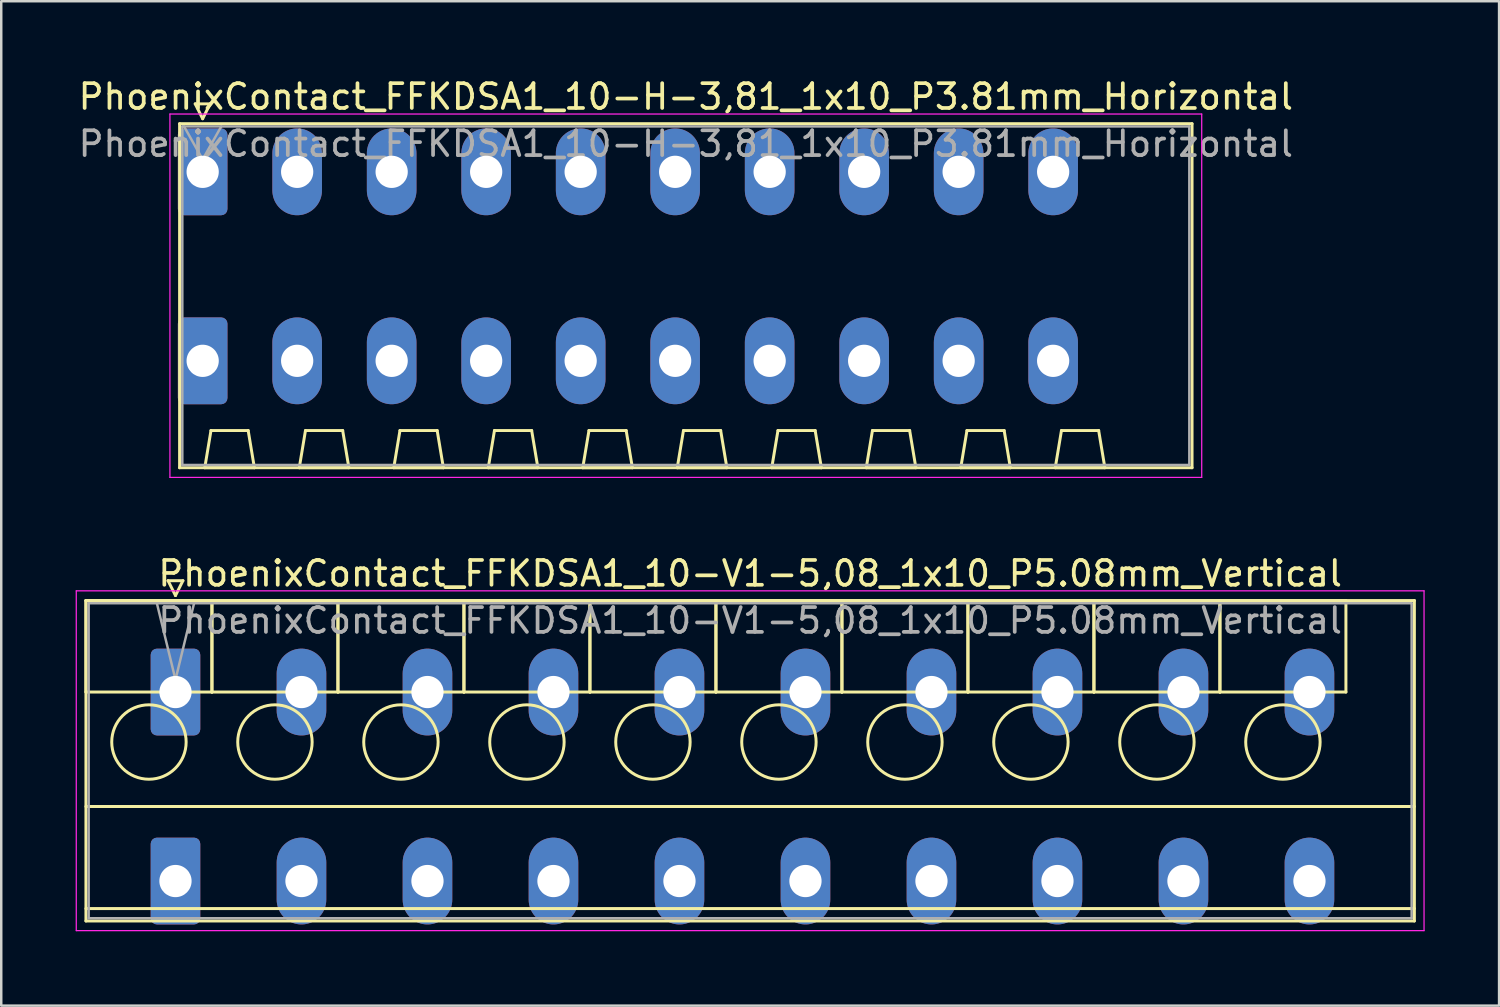
<source format=kicad_pcb>
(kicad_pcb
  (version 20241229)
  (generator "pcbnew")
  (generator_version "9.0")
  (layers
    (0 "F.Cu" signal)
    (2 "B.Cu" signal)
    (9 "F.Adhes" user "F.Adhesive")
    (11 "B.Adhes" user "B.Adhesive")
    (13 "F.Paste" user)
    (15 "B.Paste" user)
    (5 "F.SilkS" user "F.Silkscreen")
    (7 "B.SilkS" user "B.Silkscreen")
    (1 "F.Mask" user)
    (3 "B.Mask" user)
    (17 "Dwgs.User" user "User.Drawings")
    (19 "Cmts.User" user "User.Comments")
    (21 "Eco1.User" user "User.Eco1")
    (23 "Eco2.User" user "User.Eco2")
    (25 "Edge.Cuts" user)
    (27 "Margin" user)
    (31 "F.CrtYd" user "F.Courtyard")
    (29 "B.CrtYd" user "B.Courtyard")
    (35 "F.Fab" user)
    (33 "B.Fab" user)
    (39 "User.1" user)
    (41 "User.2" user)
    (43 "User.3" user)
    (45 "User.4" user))
  (footprint "PhoenixContact_FFKDSA1_10-H-3,81_1x10_P3.81mm_Horizontal"
    (layer "F.Cu")
    (at 5.121 3.878)
    (property "Reference" "PhoenixContact_FFKDSA1_10-H-3,81_1x10_P3.81mm_Horizontal" (at 19.48 -3.03 0) (layer "F.SilkS") (effects (font (size 1 1) (thickness 0.15))))
    (attr through_hole)
    (fp_line (start -0.93 -1.94) (end -0.93 11.93) (stroke (width 0.12) (type solid)) (layer "F.SilkS"))
    (fp_line (start -0.93 11.93) (end 39.89 11.93) (stroke (width 0.12) (type solid)) (layer "F.SilkS"))
    (fp_line (start -0.3 -2.74) (end 0.3 -2.74) (stroke (width 0.12) (type solid)) (layer "F.SilkS"))
    (fp_line (start 0 -2.14) (end -0.3 -2.74) (stroke (width 0.12) (type solid)) (layer "F.SilkS"))
    (fp_line (start 0.085 11.93) (end 2.085 11.93) (stroke (width 0.12) (type solid)) (layer "F.SilkS"))
    (fp_line (start 0.3 -2.74) (end 0 -2.14) (stroke (width 0.12) (type solid)) (layer "F.SilkS"))
    (fp_line (start 0.335 10.43) (end 0.085 11.93) (stroke (width 0.12) (type solid)) (layer "F.SilkS"))
    (fp_line (start 1.835 10.43) (end 0.335 10.43) (stroke (width 0.12) (type solid)) (layer "F.SilkS"))
    (fp_line (start 2.085 11.93) (end 1.835 10.43) (stroke (width 0.12) (type solid)) (layer "F.SilkS"))
    (fp_line (start 3.895 11.93) (end 5.895 11.93) (stroke (width 0.12) (type solid)) (layer "F.SilkS"))
    (fp_line (start 4.145 10.43) (end 3.895 11.93) (stroke (width 0.12) (type solid)) (layer "F.SilkS"))
    (fp_line (start 5.645 10.43) (end 4.145 10.43) (stroke (width 0.12) (type solid)) (layer "F.SilkS"))
    (fp_line (start 5.895 11.93) (end 5.645 10.43) (stroke (width 0.12) (type solid)) (layer "F.SilkS"))
    (fp_line (start 7.705 11.93) (end 9.705 11.93) (stroke (width 0.12) (type solid)) (layer "F.SilkS"))
    (fp_line (start 7.955 10.43) (end 7.705 11.93) (stroke (width 0.12) (type solid)) (layer "F.SilkS"))
    (fp_line (start 9.455 10.43) (end 7.955 10.43) (stroke (width 0.12) (type solid)) (layer "F.SilkS"))
    (fp_line (start 9.705 11.93) (end 9.455 10.43) (stroke (width 0.12) (type solid)) (layer "F.SilkS"))
    (fp_line (start 11.515 11.93) (end 13.515 11.93) (stroke (width 0.12) (type solid)) (layer "F.SilkS"))
    (fp_line (start 11.765 10.43) (end 11.515 11.93) (stroke (width 0.12) (type solid)) (layer "F.SilkS"))
    (fp_line (start 13.265 10.43) (end 11.765 10.43) (stroke (width 0.12) (type solid)) (layer "F.SilkS"))
    (fp_line (start 13.515 11.93) (end 13.265 10.43) (stroke (width 0.12) (type solid)) (layer "F.SilkS"))
    (fp_line (start 15.325 11.93) (end 17.325 11.93) (stroke (width 0.12) (type solid)) (layer "F.SilkS"))
    (fp_line (start 15.575 10.43) (end 15.325 11.93) (stroke (width 0.12) (type solid)) (layer "F.SilkS"))
    (fp_line (start 17.075 10.43) (end 15.575 10.43) (stroke (width 0.12) (type solid)) (layer "F.SilkS"))
    (fp_line (start 17.325 11.93) (end 17.075 10.43) (stroke (width 0.12) (type solid)) (layer "F.SilkS"))
    (fp_line (start 19.135 11.93) (end 21.135 11.93) (stroke (width 0.12) (type solid)) (layer "F.SilkS"))
    (fp_line (start 19.385 10.43) (end 19.135 11.93) (stroke (width 0.12) (type solid)) (layer "F.SilkS"))
    (fp_line (start 20.885 10.43) (end 19.385 10.43) (stroke (width 0.12) (type solid)) (layer "F.SilkS"))
    (fp_line (start 21.135 11.93) (end 20.885 10.43) (stroke (width 0.12) (type solid)) (layer "F.SilkS"))
    (fp_line (start 22.945 11.93) (end 24.945 11.93) (stroke (width 0.12) (type solid)) (layer "F.SilkS"))
    (fp_line (start 23.195 10.43) (end 22.945 11.93) (stroke (width 0.12) (type solid)) (layer "F.SilkS"))
    (fp_line (start 24.695 10.43) (end 23.195 10.43) (stroke (width 0.12) (type solid)) (layer "F.SilkS"))
    (fp_line (start 24.945 11.93) (end 24.695 10.43) (stroke (width 0.12) (type solid)) (layer "F.SilkS"))
    (fp_line (start 26.755 11.93) (end 28.755 11.93) (stroke (width 0.12) (type solid)) (layer "F.SilkS"))
    (fp_line (start 27.005 10.43) (end 26.755 11.93) (stroke (width 0.12) (type solid)) (layer "F.SilkS"))
    (fp_line (start 28.505 10.43) (end 27.005 10.43) (stroke (width 0.12) (type solid)) (layer "F.SilkS"))
    (fp_line (start 28.755 11.93) (end 28.505 10.43) (stroke (width 0.12) (type solid)) (layer "F.SilkS"))
    (fp_line (start 30.565 11.93) (end 32.565 11.93) (stroke (width 0.12) (type solid)) (layer "F.SilkS"))
    (fp_line (start 30.815 10.43) (end 30.565 11.93) (stroke (width 0.12) (type solid)) (layer "F.SilkS"))
    (fp_line (start 32.315 10.43) (end 30.815 10.43) (stroke (width 0.12) (type solid)) (layer "F.SilkS"))
    (fp_line (start 32.565 11.93) (end 32.315 10.43) (stroke (width 0.12) (type solid)) (layer "F.SilkS"))
    (fp_line (start 34.375 11.93) (end 36.375 11.93) (stroke (width 0.12) (type solid)) (layer "F.SilkS"))
    (fp_line (start 34.625 10.43) (end 34.375 11.93) (stroke (width 0.12) (type solid)) (layer "F.SilkS"))
    (fp_line (start 36.125 10.43) (end 34.625 10.43) (stroke (width 0.12) (type solid)) (layer "F.SilkS"))
    (fp_line (start 36.375 11.93) (end 36.125 10.43) (stroke (width 0.12) (type solid)) (layer "F.SilkS"))
    (fp_line (start 39.89 -1.94) (end -0.93 -1.94) (stroke (width 0.12) (type solid)) (layer "F.SilkS"))
    (fp_line (start 39.89 11.93) (end 39.89 -1.94) (stroke (width 0.12) (type solid)) (layer "F.SilkS"))
    (fp_line (start -1.32 -2.33) (end -1.32 12.32) (stroke (width 0.05) (type solid)) (layer "F.CrtYd"))
    (fp_line (start -1.32 12.32) (end 40.28 12.32) (stroke (width 0.05) (type solid)) (layer "F.CrtYd"))
    (fp_line (start 40.28 -2.33) (end -1.32 -2.33) (stroke (width 0.05) (type solid)) (layer "F.CrtYd"))
    (fp_line (start 40.28 12.32) (end 40.28 -2.33) (stroke (width 0.05) (type solid)) (layer "F.CrtYd"))
    (fp_line (start -0.82 -1.83) (end -0.82 11.82) (stroke (width 0.1) (type solid)) (layer "F.Fab"))
    (fp_line (start -0.82 11.82) (end 39.78 11.82) (stroke (width 0.1) (type solid)) (layer "F.Fab"))
    (fp_line (start 0 -0.5) (end -0.75 -1.83) (stroke (width 0.1) (type solid)) (layer "F.Fab"))
    (fp_line (start 0.75 -1.83) (end 0 -0.5) (stroke (width 0.1) (type solid)) (layer "F.Fab"))
    (fp_line (start 39.78 -1.83) (end -0.82 -1.83) (stroke (width 0.1) (type solid)) (layer "F.Fab"))
    (fp_line (start 39.78 11.82) (end 39.78 -1.83) (stroke (width 0.1) (type solid)) (layer "F.Fab"))
    (fp_text user "${REFERENCE}" (at 19.48 -1.13 0) (layer "F.Fab") (effects (font (size 1 1) (thickness 0.15))))
    (pad "1" thru_hole roundrect (at 0 0) (size 2 3.5) (drill 1.3) (layers "*.Cu" "*.Mask") (roundrect_rratio 0.125))
    (pad "1" thru_hole roundrect (at 0 7.62) (size 2 3.5) (drill 1.3) (layers "*.Cu" "*.Mask") (roundrect_rratio 0.125))
    (pad "2" thru_hole oval (at 3.81 0) (size 2 3.5) (drill 1.3) (layers "*.Cu" "*.Mask"))
    (pad "2" thru_hole oval (at 3.81 7.62) (size 2 3.5) (drill 1.3) (layers "*.Cu" "*.Mask"))
    (pad "3" thru_hole oval (at 7.62 0) (size 2 3.5) (drill 1.3) (layers "*.Cu" "*.Mask"))
    (pad "3" thru_hole oval (at 7.62 7.62) (size 2 3.5) (drill 1.3) (layers "*.Cu" "*.Mask"))
    (pad "4" thru_hole oval (at 11.43 0) (size 2 3.5) (drill 1.3) (layers "*.Cu" "*.Mask"))
    (pad "4" thru_hole oval (at 11.43 7.62) (size 2 3.5) (drill 1.3) (layers "*.Cu" "*.Mask"))
    (pad "5" thru_hole oval (at 15.24 0) (size 2 3.5) (drill 1.3) (layers "*.Cu" "*.Mask"))
    (pad "5" thru_hole oval (at 15.24 7.62) (size 2 3.5) (drill 1.3) (layers "*.Cu" "*.Mask"))
    (pad "6" thru_hole oval (at 19.05 0) (size 2 3.5) (drill 1.3) (layers "*.Cu" "*.Mask"))
    (pad "6" thru_hole oval (at 19.05 7.62) (size 2 3.5) (drill 1.3) (layers "*.Cu" "*.Mask"))
    (pad "7" thru_hole oval (at 22.86 0) (size 2 3.5) (drill 1.3) (layers "*.Cu" "*.Mask"))
    (pad "7" thru_hole oval (at 22.86 7.62) (size 2 3.5) (drill 1.3) (layers "*.Cu" "*.Mask"))
    (pad "8" thru_hole oval (at 26.67 0) (size 2 3.5) (drill 1.3) (layers "*.Cu" "*.Mask"))
    (pad "8" thru_hole oval (at 26.67 7.62) (size 2 3.5) (drill 1.3) (layers "*.Cu" "*.Mask"))
    (pad "9" thru_hole oval (at 30.48 0) (size 2 3.5) (drill 1.3) (layers "*.Cu" "*.Mask"))
    (pad "9" thru_hole oval (at 30.48 7.62) (size 2 3.5) (drill 1.3) (layers "*.Cu" "*.Mask"))
    (pad "10" thru_hole oval (at 34.29 0) (size 2 3.5) (drill 1.3) (layers "*.Cu" "*.Mask"))
    (pad "10" thru_hole oval (at 34.29 7.62) (size 2 3.5) (drill 1.3) (layers "*.Cu" "*.Mask")))
  (footprint "PhoenixContact_FFKDSA1_10-V1-5,08_1x10_P5.08mm_Vertical"
    (layer "F.Cu")
    (at 4.025 24.852)
    (property "Reference" "PhoenixContact_FFKDSA1_10-V1-5,08_1x10_P5.08mm_Vertical" (at 23.17 -4.78 0) (layer "F.SilkS") (effects (font (size 1 1) (thickness 0.15))))
    (attr through_hole)
    (fp_line (start -3.61 -3.69) (end -3.61 0) (stroke (width 0.12) (type solid)) (layer "F.SilkS"))
    (fp_line (start -3.61 -3.69) (end -3.61 9.23) (stroke (width 0.12) (type solid)) (layer "F.SilkS"))
    (fp_line (start -3.61 0) (end 1.47 0) (stroke (width 0.12) (type solid)) (layer "F.SilkS"))
    (fp_line (start -3.61 4.615) (end 49.95 4.615) (stroke (width 0.12) (type solid)) (layer "F.SilkS"))
    (fp_line (start -3.61 8.73) (end 49.95 8.73) (stroke (width 0.12) (type solid)) (layer "F.SilkS"))
    (fp_line (start -3.61 9.23) (end 49.95 9.23) (stroke (width 0.12) (type solid)) (layer "F.SilkS"))
    (fp_line (start -0.3 -4.49) (end 0.3 -4.49) (stroke (width 0.12) (type solid)) (layer "F.SilkS"))
    (fp_line (start 0 -3.89) (end -0.3 -4.49) (stroke (width 0.12) (type solid)) (layer "F.SilkS"))
    (fp_line (start 0.3 -4.49) (end 0 -3.89) (stroke (width 0.12) (type solid)) (layer "F.SilkS"))
    (fp_line (start 1.47 -3.69) (end -3.61 -3.69) (stroke (width 0.12) (type solid)) (layer "F.SilkS"))
    (fp_line (start 1.47 -3.69) (end 1.47 0) (stroke (width 0.12) (type solid)) (layer "F.SilkS"))
    (fp_line (start 1.47 0) (end 1.47 -3.69) (stroke (width 0.12) (type solid)) (layer "F.SilkS"))
    (fp_line (start 1.47 0) (end 6.55 0) (stroke (width 0.12) (type solid)) (layer "F.SilkS"))
    (fp_line (start 6.55 -3.69) (end 1.47 -3.69) (stroke (width 0.12) (type solid)) (layer "F.SilkS"))
    (fp_line (start 6.55 -3.69) (end 6.55 0) (stroke (width 0.12) (type solid)) (layer "F.SilkS"))
    (fp_line (start 6.55 0) (end 6.55 -3.69) (stroke (width 0.12) (type solid)) (layer "F.SilkS"))
    (fp_line (start 6.55 0) (end 11.63 0) (stroke (width 0.12) (type solid)) (layer "F.SilkS"))
    (fp_line (start 11.63 -3.69) (end 6.55 -3.69) (stroke (width 0.12) (type solid)) (layer "F.SilkS"))
    (fp_line (start 11.63 -3.69) (end 11.63 0) (stroke (width 0.12) (type solid)) (layer "F.SilkS"))
    (fp_line (start 11.63 0) (end 11.63 -3.69) (stroke (width 0.12) (type solid)) (layer "F.SilkS"))
    (fp_line (start 11.63 0) (end 16.71 0) (stroke (width 0.12) (type solid)) (layer "F.SilkS"))
    (fp_line (start 16.71 -3.69) (end 11.63 -3.69) (stroke (width 0.12) (type solid)) (layer "F.SilkS"))
    (fp_line (start 16.71 -3.69) (end 16.71 0) (stroke (width 0.12) (type solid)) (layer "F.SilkS"))
    (fp_line (start 16.71 0) (end 16.71 -3.69) (stroke (width 0.12) (type solid)) (layer "F.SilkS"))
    (fp_line (start 16.71 0) (end 21.79 0) (stroke (width 0.12) (type solid)) (layer "F.SilkS"))
    (fp_line (start 21.79 -3.69) (end 16.71 -3.69) (stroke (width 0.12) (type solid)) (layer "F.SilkS"))
    (fp_line (start 21.79 -3.69) (end 21.79 0) (stroke (width 0.12) (type solid)) (layer "F.SilkS"))
    (fp_line (start 21.79 0) (end 21.79 -3.69) (stroke (width 0.12) (type solid)) (layer "F.SilkS"))
    (fp_line (start 21.79 0) (end 26.87 0) (stroke (width 0.12) (type solid)) (layer "F.SilkS"))
    (fp_line (start 26.87 -3.69) (end 21.79 -3.69) (stroke (width 0.12) (type solid)) (layer "F.SilkS"))
    (fp_line (start 26.87 -3.69) (end 26.87 0) (stroke (width 0.12) (type solid)) (layer "F.SilkS"))
    (fp_line (start 26.87 0) (end 26.87 -3.69) (stroke (width 0.12) (type solid)) (layer "F.SilkS"))
    (fp_line (start 26.87 0) (end 31.95 0) (stroke (width 0.12) (type solid)) (layer "F.SilkS"))
    (fp_line (start 31.95 -3.69) (end 26.87 -3.69) (stroke (width 0.12) (type solid)) (layer "F.SilkS"))
    (fp_line (start 31.95 -3.69) (end 31.95 0) (stroke (width 0.12) (type solid)) (layer "F.SilkS"))
    (fp_line (start 31.95 0) (end 31.95 -3.69) (stroke (width 0.12) (type solid)) (layer "F.SilkS"))
    (fp_line (start 31.95 0) (end 37.03 0) (stroke (width 0.12) (type solid)) (layer "F.SilkS"))
    (fp_line (start 37.03 -3.69) (end 31.95 -3.69) (stroke (width 0.12) (type solid)) (layer "F.SilkS"))
    (fp_line (start 37.03 -3.69) (end 37.03 0) (stroke (width 0.12) (type solid)) (layer "F.SilkS"))
    (fp_line (start 37.03 0) (end 37.03 -3.69) (stroke (width 0.12) (type solid)) (layer "F.SilkS"))
    (fp_line (start 37.03 0) (end 42.11 0) (stroke (width 0.12) (type solid)) (layer "F.SilkS"))
    (fp_line (start 42.11 -3.69) (end 37.03 -3.69) (stroke (width 0.12) (type solid)) (layer "F.SilkS"))
    (fp_line (start 42.11 -3.69) (end 42.11 0) (stroke (width 0.12) (type solid)) (layer "F.SilkS"))
    (fp_line (start 42.11 0) (end 42.11 -3.69) (stroke (width 0.12) (type solid)) (layer "F.SilkS"))
    (fp_line (start 42.11 0) (end 47.19 0) (stroke (width 0.12) (type solid)) (layer "F.SilkS"))
    (fp_line (start 47.19 -3.69) (end 42.11 -3.69) (stroke (width 0.12) (type solid)) (layer "F.SilkS"))
    (fp_line (start 47.19 0) (end 47.19 -3.69) (stroke (width 0.12) (type solid)) (layer "F.SilkS"))
    (fp_line (start 49.95 -3.69) (end -3.61 -3.69) (stroke (width 0.12) (type solid)) (layer "F.SilkS"))
    (fp_line (start 49.95 9.23) (end 49.95 -3.69) (stroke (width 0.12) (type solid)) (layer "F.SilkS"))
    (fp_circle (center -1.07 2.015) (end 0.43 2.015) (stroke (width 0.12) (type solid)) (fill no) (layer "F.SilkS"))
    (fp_circle (center 4.01 2.015) (end 5.51 2.015) (stroke (width 0.12) (type solid)) (fill no) (layer "F.SilkS"))
    (fp_circle (center 9.09 2.015) (end 10.59 2.015) (stroke (width 0.12) (type solid)) (fill no) (layer "F.SilkS"))
    (fp_circle (center 14.17 2.015) (end 15.67 2.015) (stroke (width 0.12) (type solid)) (fill no) (layer "F.SilkS"))
    (fp_circle (center 19.25 2.015) (end 20.75 2.015) (stroke (width 0.12) (type solid)) (fill no) (layer "F.SilkS"))
    (fp_circle (center 24.33 2.015) (end 25.83 2.015) (stroke (width 0.12) (type solid)) (fill no) (layer "F.SilkS"))
    (fp_circle (center 29.41 2.015) (end 30.91 2.015) (stroke (width 0.12) (type solid)) (fill no) (layer "F.SilkS"))
    (fp_circle (center 34.49 2.015) (end 35.99 2.015) (stroke (width 0.12) (type solid)) (fill no) (layer "F.SilkS"))
    (fp_circle (center 39.57 2.015) (end 41.07 2.015) (stroke (width 0.12) (type solid)) (fill no) (layer "F.SilkS"))
    (fp_circle (center 44.65 2.015) (end 46.15 2.015) (stroke (width 0.12) (type solid)) (fill no) (layer "F.SilkS"))
    (fp_line (start -4 -4.08) (end -4 9.62) (stroke (width 0.05) (type solid)) (layer "F.CrtYd"))
    (fp_line (start -4 9.62) (end 50.34 9.62) (stroke (width 0.05) (type solid)) (layer "F.CrtYd"))
    (fp_line (start 50.34 -4.08) (end -4 -4.08) (stroke (width 0.05) (type solid)) (layer "F.CrtYd"))
    (fp_line (start 50.34 9.62) (end 50.34 -4.08) (stroke (width 0.05) (type solid)) (layer "F.CrtYd"))
    (fp_line (start -3.5 -3.58) (end -3.5 9.12) (stroke (width 0.1) (type solid)) (layer "F.Fab"))
    (fp_line (start -3.5 9.12) (end 49.84 9.12) (stroke (width 0.1) (type solid)) (layer "F.Fab"))
    (fp_line (start 0 -0.5) (end -0.75 -3.58) (stroke (width 0.1) (type solid)) (layer "F.Fab"))
    (fp_line (start 0.75 -3.58) (end 0 -0.5) (stroke (width 0.1) (type solid)) (layer "F.Fab"))
    (fp_line (start 49.84 -3.58) (end -3.5 -3.58) (stroke (width 0.1) (type solid)) (layer "F.Fab"))
    (fp_line (start 49.84 9.12) (end 49.84 -3.58) (stroke (width 0.1) (type solid)) (layer "F.Fab"))
    (fp_text user "${REFERENCE}" (at 23.17 -2.88 0) (layer "F.Fab") (effects (font (size 1 1) (thickness 0.15))))
    (pad "1" thru_hole roundrect (at 0 0) (size 2 3.5) (drill 1.3) (layers "*.Cu" "*.Mask") (roundrect_rratio 0.125))
    (pad "1" thru_hole roundrect (at 0 7.62) (size 2 3.5) (drill 1.3) (layers "*.Cu" "*.Mask") (roundrect_rratio 0.125))
    (pad "2" thru_hole oval (at 5.08 0) (size 2 3.5) (drill 1.3) (layers "*.Cu" "*.Mask"))
    (pad "2" thru_hole oval (at 5.08 7.62) (size 2 3.5) (drill 1.3) (layers "*.Cu" "*.Mask"))
    (pad "3" thru_hole oval (at 10.16 0) (size 2 3.5) (drill 1.3) (layers "*.Cu" "*.Mask"))
    (pad "3" thru_hole oval (at 10.16 7.62) (size 2 3.5) (drill 1.3) (layers "*.Cu" "*.Mask"))
    (pad "4" thru_hole oval (at 15.24 0) (size 2 3.5) (drill 1.3) (layers "*.Cu" "*.Mask"))
    (pad "4" thru_hole oval (at 15.24 7.62) (size 2 3.5) (drill 1.3) (layers "*.Cu" "*.Mask"))
    (pad "5" thru_hole oval (at 20.32 0) (size 2 3.5) (drill 1.3) (layers "*.Cu" "*.Mask"))
    (pad "5" thru_hole oval (at 20.32 7.62) (size 2 3.5) (drill 1.3) (layers "*.Cu" "*.Mask"))
    (pad "6" thru_hole oval (at 25.4 0) (size 2 3.5) (drill 1.3) (layers "*.Cu" "*.Mask"))
    (pad "6" thru_hole oval (at 25.4 7.62) (size 2 3.5) (drill 1.3) (layers "*.Cu" "*.Mask"))
    (pad "7" thru_hole oval (at 30.48 0) (size 2 3.5) (drill 1.3) (layers "*.Cu" "*.Mask"))
    (pad "7" thru_hole oval (at 30.48 7.62) (size 2 3.5) (drill 1.3) (layers "*.Cu" "*.Mask"))
    (pad "8" thru_hole oval (at 35.56 0) (size 2 3.5) (drill 1.3) (layers "*.Cu" "*.Mask"))
    (pad "8" thru_hole oval (at 35.56 7.62) (size 2 3.5) (drill 1.3) (layers "*.Cu" "*.Mask"))
    (pad "9" thru_hole oval (at 40.64 0) (size 2 3.5) (drill 1.3) (layers "*.Cu" "*.Mask"))
    (pad "9" thru_hole oval (at 40.64 7.62) (size 2 3.5) (drill 1.3) (layers "*.Cu" "*.Mask"))
    (pad "10" thru_hole oval (at 45.72 0) (size 2 3.5) (drill 1.3) (layers "*.Cu" "*.Mask"))
    (pad "10" thru_hole oval (at 45.72 7.62) (size 2 3.5) (drill 1.3) (layers "*.Cu" "*.Mask")))
  (gr_rect
    (start -3 -3)
    (end 57.39 37.496)
    (stroke (width 0.1) (type default))
    (fill no)
    (layer "Edge.Cuts")))
</source>
